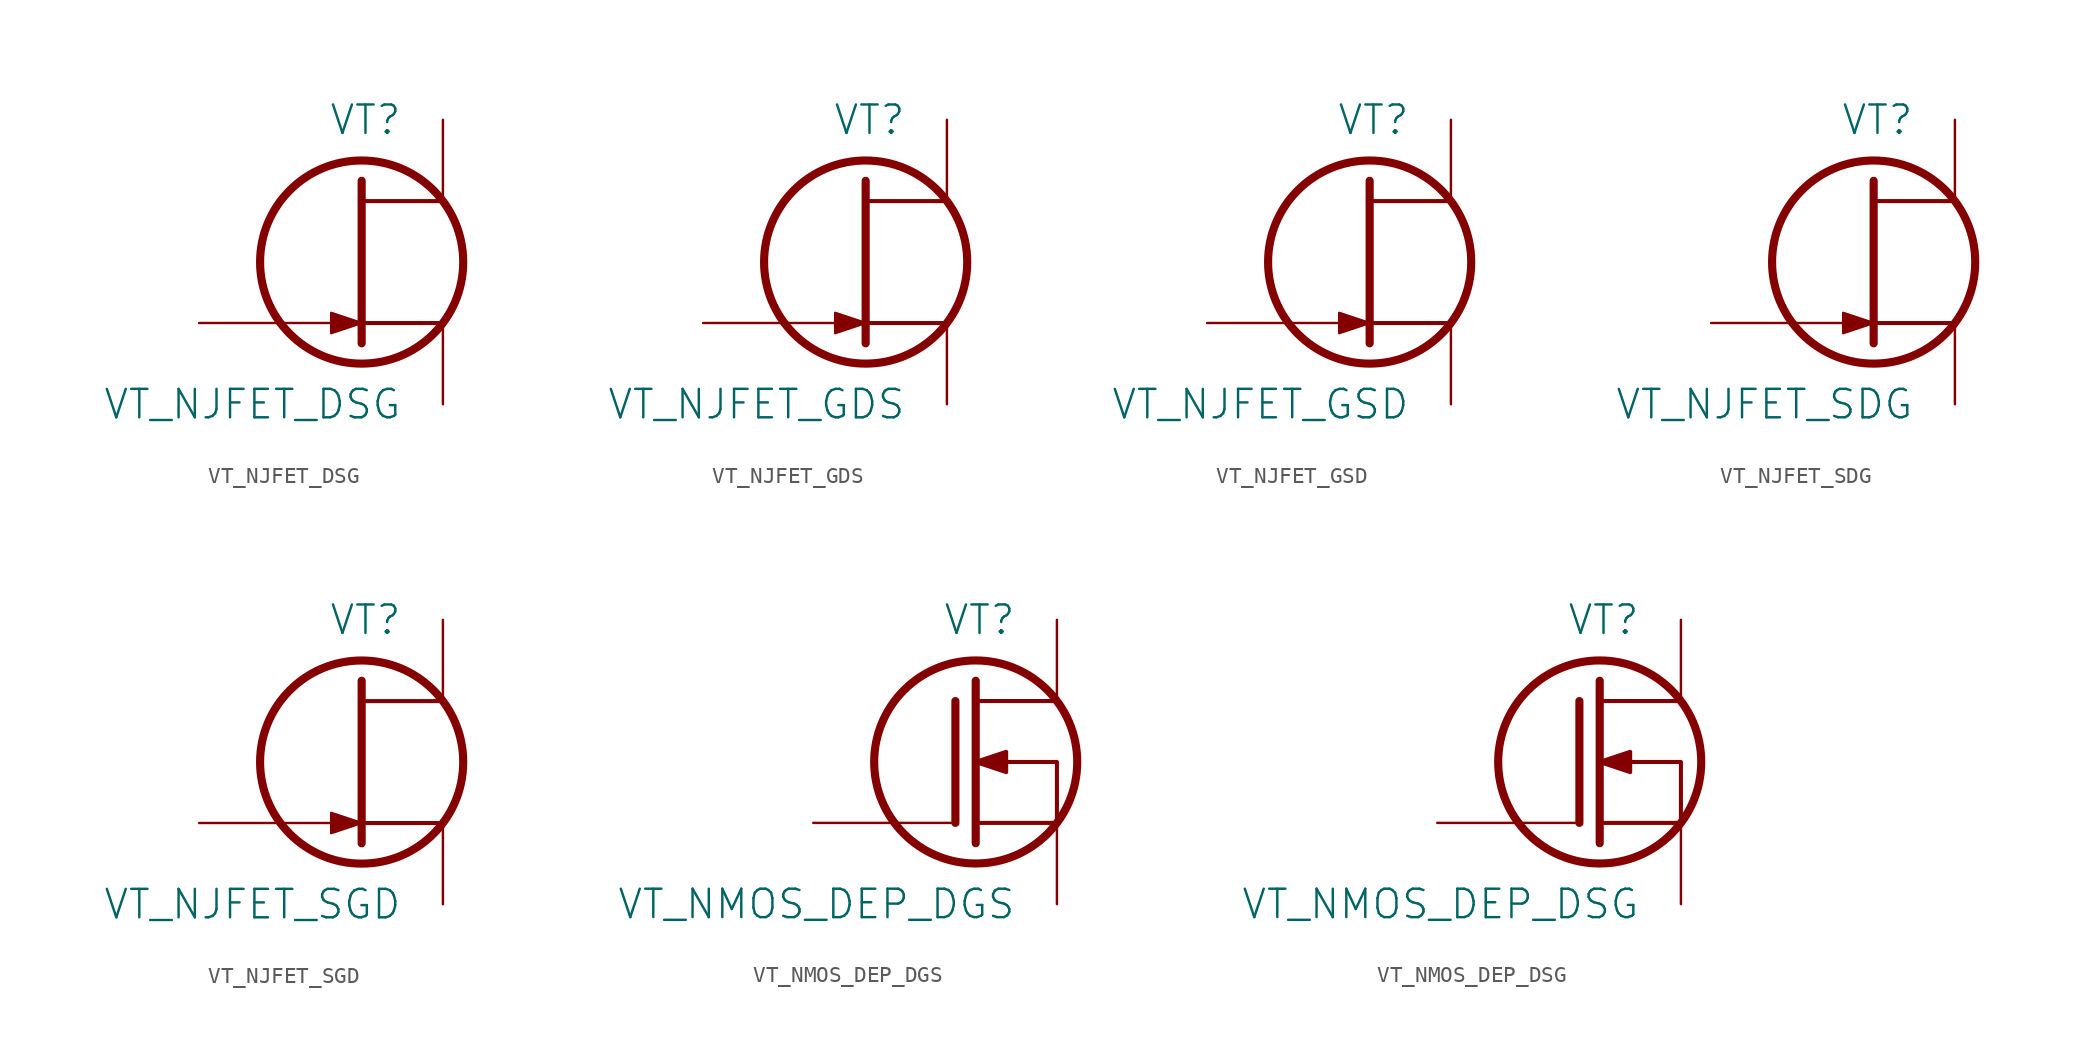
<source format=kicad_sym>
(kicad_symbol_lib
  (version 20211014)
  (generator kicad_symbol_editor)
  (symbol "VT_NJFET_DSG"
    (pin_names
      (offset 0))
    (property "Reference" "VT"
      (at 2.54 8.89 0)
      (effects (font (size 1.778 1.778)) (justify right)))
    (property "Value" "VT_NJFET_DSG"
      (at 2.54 -8.89 0)
      (effects (font (size 1.778 1.778)) (justify right)))
    (symbol "VT_NJFET_DSG_0_1"
      (polyline (pts (xy -10.16 -3.81) (xy 0 -3.81)) (stroke (width 0) (type default) (color 0 0 0 0)) (fill (type none)))
      (polyline (pts (xy 0 -3.81) (xy 5.08 -3.81)) (stroke (width 0.254) (type default) (color 0 0 0 0)) (fill (type none)))
      (polyline (pts (xy 0 3.81) (xy 5.08 3.81)) (stroke (width 0.254) (type default) (color 0 0 0 0)) (fill (type none)))
      (polyline (pts (xy 0 5.08) (xy 0 -5.08)) (stroke (width 0.508) (type default) (color 0 0 0 0)) (fill (type none)))
      (polyline (pts (xy 5.08 -3.81) (xy 5.08 -8.89)) (stroke (width 0) (type default) (color 0 0 0 0)) (fill (type none)))
      (polyline (pts (xy 5.08 3.81) (xy 5.08 8.89)) (stroke (width 0) (type default) (color 0 0 0 0)) (fill (type none)))
      (polyline (pts (xy -1.905 -4.445) (xy 0 -3.81) (xy -1.905 -3.175) (xy -1.905 -4.445)) (stroke (width 0) (type default) (color 0 0 0 0)) (fill (type outline)))
      (circle (center 0 0) (radius 6.35) (stroke (width 0.508) (type default) (color 0 0 0 0)) (fill (type none))))
    (symbol "VT_NJFET_DSG_1_1"
      (pin passive line (at 5.08 8.89 270) (length 2.54) hide (name "D" (effects (font (size 1.27 1.27)))) (number "1" (effects (font (size 1.27 1.27)))))
      (pin passive line (at 5.08 -8.89 90) (length 2.54) hide (name "S" (effects (font (size 1.27 1.27)))) (number "2" (effects (font (size 1.27 1.27)))))
      (pin passive line (at -10.16 -3.81 0) (length 2.54) hide (name "G" (effects (font (size 1.27 1.27)))) (number "3" (effects (font (size 1.27 1.27)))))))
  (symbol "VT_NJFET_GDS"
    (pin_names
      (offset 0))
    (property "Reference" "VT"
      (at 2.54 8.89 0)
      (effects (font (size 1.778 1.778)) (justify right)))
    (property "Value" "VT_NJFET_GDS"
      (at 2.54 -8.89 0)
      (effects (font (size 1.778 1.778)) (justify right)))
    (symbol "VT_NJFET_GDS_0_1"
      (polyline (pts (xy -10.16 -3.81) (xy 0 -3.81)) (stroke (width 0) (type default) (color 0 0 0 0)) (fill (type none)))
      (polyline (pts (xy 0 -3.81) (xy 5.08 -3.81)) (stroke (width 0.254) (type default) (color 0 0 0 0)) (fill (type none)))
      (polyline (pts (xy 0 3.81) (xy 5.08 3.81)) (stroke (width 0.254) (type default) (color 0 0 0 0)) (fill (type none)))
      (polyline (pts (xy 0 5.08) (xy 0 -5.08)) (stroke (width 0.508) (type default) (color 0 0 0 0)) (fill (type none)))
      (polyline (pts (xy 5.08 -3.81) (xy 5.08 -8.89)) (stroke (width 0) (type default) (color 0 0 0 0)) (fill (type none)))
      (polyline (pts (xy 5.08 3.81) (xy 5.08 8.89)) (stroke (width 0) (type default) (color 0 0 0 0)) (fill (type none)))
      (polyline (pts (xy -1.905 -4.445) (xy 0 -3.81) (xy -1.905 -3.175) (xy -1.905 -4.445)) (stroke (width 0) (type default) (color 0 0 0 0)) (fill (type outline)))
      (circle (center 0 0) (radius 6.35) (stroke (width 0.508) (type default) (color 0 0 0 0)) (fill (type none))))
    (symbol "VT_NJFET_GDS_1_1"
      (pin passive line (at -10.16 -3.81 0) (length 2.54) hide (name "G" (effects (font (size 1.27 1.27)))) (number "1" (effects (font (size 1.27 1.27)))))
      (pin passive line (at 5.08 8.89 270) (length 2.54) hide (name "D" (effects (font (size 1.27 1.27)))) (number "2" (effects (font (size 1.27 1.27)))))
      (pin passive line (at 5.08 -8.89 90) (length 2.54) hide (name "S" (effects (font (size 1.27 1.27)))) (number "3" (effects (font (size 1.27 1.27)))))))
  (symbol "VT_NJFET_GSD"
    (pin_names
      (offset 0))
    (property "Reference" "VT"
      (at 2.54 8.89 0)
      (effects (font (size 1.778 1.778)) (justify right)))
    (property "Value" "VT_NJFET_GSD"
      (at 2.54 -8.89 0)
      (effects (font (size 1.778 1.778)) (justify right)))
    (symbol "VT_NJFET_GSD_0_1"
      (polyline (pts (xy -10.16 -3.81) (xy 0 -3.81)) (stroke (width 0) (type default) (color 0 0 0 0)) (fill (type none)))
      (polyline (pts (xy 0 -3.81) (xy 5.08 -3.81)) (stroke (width 0.254) (type default) (color 0 0 0 0)) (fill (type none)))
      (polyline (pts (xy 0 3.81) (xy 5.08 3.81)) (stroke (width 0.254) (type default) (color 0 0 0 0)) (fill (type none)))
      (polyline (pts (xy 0 5.08) (xy 0 -5.08)) (stroke (width 0.508) (type default) (color 0 0 0 0)) (fill (type none)))
      (polyline (pts (xy 5.08 -3.81) (xy 5.08 -8.89)) (stroke (width 0) (type default) (color 0 0 0 0)) (fill (type none)))
      (polyline (pts (xy 5.08 3.81) (xy 5.08 8.89)) (stroke (width 0) (type default) (color 0 0 0 0)) (fill (type none)))
      (polyline (pts (xy -1.905 -4.445) (xy 0 -3.81) (xy -1.905 -3.175) (xy -1.905 -4.445)) (stroke (width 0) (type default) (color 0 0 0 0)) (fill (type outline)))
      (circle (center 0 0) (radius 6.35) (stroke (width 0.508) (type default) (color 0 0 0 0)) (fill (type none))))
    (symbol "VT_NJFET_GSD_1_1"
      (pin passive line (at -10.16 -3.81 0) (length 2.54) hide (name "G" (effects (font (size 1.27 1.27)))) (number "1" (effects (font (size 1.27 1.27)))))
      (pin passive line (at 5.08 -8.89 90) (length 2.54) hide (name "S" (effects (font (size 1.27 1.27)))) (number "2" (effects (font (size 1.27 1.27)))))
      (pin passive line (at 5.08 8.89 270) (length 2.54) hide (name "D" (effects (font (size 1.27 1.27)))) (number "3" (effects (font (size 1.27 1.27)))))))
  (symbol "VT_NJFET_SDG"
    (pin_names
      (offset 0))
    (property "Reference" "VT"
      (at 2.54 8.89 0)
      (effects (font (size 1.778 1.778)) (justify right)))
    (property "Value" "VT_NJFET_SDG"
      (at 2.54 -8.89 0)
      (effects (font (size 1.778 1.778)) (justify right)))
    (symbol "VT_NJFET_SDG_0_1"
      (polyline (pts (xy -10.16 -3.81) (xy 0 -3.81)) (stroke (width 0) (type default) (color 0 0 0 0)) (fill (type none)))
      (polyline (pts (xy 0 -3.81) (xy 5.08 -3.81)) (stroke (width 0.254) (type default) (color 0 0 0 0)) (fill (type none)))
      (polyline (pts (xy 0 3.81) (xy 5.08 3.81)) (stroke (width 0.254) (type default) (color 0 0 0 0)) (fill (type none)))
      (polyline (pts (xy 0 5.08) (xy 0 -5.08)) (stroke (width 0.508) (type default) (color 0 0 0 0)) (fill (type none)))
      (polyline (pts (xy 5.08 -3.81) (xy 5.08 -8.89)) (stroke (width 0) (type default) (color 0 0 0 0)) (fill (type none)))
      (polyline (pts (xy 5.08 3.81) (xy 5.08 8.89)) (stroke (width 0) (type default) (color 0 0 0 0)) (fill (type none)))
      (polyline (pts (xy -1.905 -4.445) (xy 0 -3.81) (xy -1.905 -3.175) (xy -1.905 -4.445)) (stroke (width 0) (type default) (color 0 0 0 0)) (fill (type outline)))
      (circle (center 0 0) (radius 6.35) (stroke (width 0.508) (type default) (color 0 0 0 0)) (fill (type none))))
    (symbol "VT_NJFET_SDG_1_1"
      (pin passive line (at 5.08 -8.89 90) (length 2.54) hide (name "S" (effects (font (size 1.27 1.27)))) (number "1" (effects (font (size 1.27 1.27)))))
      (pin passive line (at 5.08 8.89 270) (length 2.54) hide (name "D" (effects (font (size 1.27 1.27)))) (number "2" (effects (font (size 1.27 1.27)))))
      (pin passive line (at -10.16 -3.81 0) (length 2.54) hide (name "G" (effects (font (size 1.27 1.27)))) (number "3" (effects (font (size 1.27 1.27)))))))
  (symbol "VT_NJFET_SGD"
    (pin_names
      (offset 0))
    (property "Reference" "VT"
      (at 2.54 8.89 0)
      (effects (font (size 1.778 1.778)) (justify right)))
    (property "Value" "VT_NJFET_SGD"
      (at 2.54 -8.89 0)
      (effects (font (size 1.778 1.778)) (justify right)))
    (symbol "VT_NJFET_SGD_0_1"
      (polyline (pts (xy -10.16 -3.81) (xy 0 -3.81)) (stroke (width 0) (type default) (color 0 0 0 0)) (fill (type none)))
      (polyline (pts (xy 0 -3.81) (xy 5.08 -3.81)) (stroke (width 0.254) (type default) (color 0 0 0 0)) (fill (type none)))
      (polyline (pts (xy 0 3.81) (xy 5.08 3.81)) (stroke (width 0.254) (type default) (color 0 0 0 0)) (fill (type none)))
      (polyline (pts (xy 0 5.08) (xy 0 -5.08)) (stroke (width 0.508) (type default) (color 0 0 0 0)) (fill (type none)))
      (polyline (pts (xy 5.08 -3.81) (xy 5.08 -8.89)) (stroke (width 0) (type default) (color 0 0 0 0)) (fill (type none)))
      (polyline (pts (xy 5.08 3.81) (xy 5.08 8.89)) (stroke (width 0) (type default) (color 0 0 0 0)) (fill (type none)))
      (polyline (pts (xy -1.905 -4.445) (xy 0 -3.81) (xy -1.905 -3.175) (xy -1.905 -4.445)) (stroke (width 0) (type default) (color 0 0 0 0)) (fill (type outline)))
      (circle (center 0 0) (radius 6.35) (stroke (width 0.508) (type default) (color 0 0 0 0)) (fill (type none))))
    (symbol "VT_NJFET_SGD_1_1"
      (pin passive line (at 5.08 -8.89 90) (length 2.54) hide (name "S" (effects (font (size 1.27 1.27)))) (number "1" (effects (font (size 1.27 1.27)))))
      (pin passive line (at -10.16 -3.81 0) (length 2.54) hide (name "G" (effects (font (size 1.27 1.27)))) (number "2" (effects (font (size 1.27 1.27)))))
      (pin passive line (at 5.08 8.89 270) (length 2.54) hide (name "D" (effects (font (size 1.27 1.27)))) (number "3" (effects (font (size 1.27 1.27)))))))
  (symbol "VT_NMOS_DEP_DGS"
    (pin_names
      (offset 0))
    (property "Reference" "VT"
      (at 2.54 8.89 0)
      (effects (font (size 1.778 1.778)) (justify right)))
    (property "Value" "VT_NMOS_DEP_DGS"
      (at 2.54 -8.89 0)
      (effects (font (size 1.778 1.778)) (justify right)))
    (symbol "VT_NMOS_DEP_DGS_0_1"
      (polyline (pts (xy -10.16 -3.81) (xy -1.27 -3.81)) (stroke (width 0) (type default) (color 0 0 0 0)) (fill (type none)))
      (polyline (pts (xy -1.27 3.81) (xy -1.27 -3.81)) (stroke (width 0.508) (type default) (color 0 0 0 0)) (fill (type none)))
      (polyline (pts (xy 0 -3.81) (xy 5.08 -3.81)) (stroke (width 0.254) (type default) (color 0 0 0 0)) (fill (type none)))
      (polyline (pts (xy 0 3.81) (xy 5.08 3.81)) (stroke (width 0.254) (type default) (color 0 0 0 0)) (fill (type none)))
      (polyline (pts (xy 0 5.08) (xy 0 -5.08)) (stroke (width 0.508) (type default) (color 0 0 0 0)) (fill (type none)))
      (polyline (pts (xy 5.08 -3.81) (xy 5.08 -8.89)) (stroke (width 0) (type default) (color 0 0 0 0)) (fill (type none)))
      (polyline (pts (xy 5.08 3.81) (xy 5.08 8.89)) (stroke (width 0) (type default) (color 0 0 0 0)) (fill (type none)))
      (polyline (pts (xy 0 0) (xy 5.08 0) (xy 5.08 -3.81)) (stroke (width 0.254) (type default) (color 0 0 0 0)) (fill (type none)))
      (polyline (pts (xy 1.905 -0.635) (xy 0 0) (xy 1.905 0.635) (xy 1.905 -0.635)) (stroke (width 0.254) (type default) (color 0 0 0 0)) (fill (type outline)))
      (circle (center 0 0) (radius 6.35) (stroke (width 0.508) (type default) (color 0 0 0 0)) (fill (type none))))
    (symbol "VT_NMOS_DEP_DGS_1_1"
      (pin passive line (at 5.08 8.89 270) (length 2.54) hide (name "D" (effects (font (size 1.27 1.27)))) (number "1" (effects (font (size 1.27 1.27)))))
      (pin passive line (at -10.16 -3.81 0) (length 2.54) hide (name "G" (effects (font (size 1.27 1.27)))) (number "2" (effects (font (size 1.27 1.27)))))
      (pin passive line (at 5.08 -8.89 90) (length 2.54) hide (name "S" (effects (font (size 1.27 1.27)))) (number "3" (effects (font (size 1.27 1.27)))))))
  (symbol "VT_NMOS_DEP_DSG"
    (pin_names
      (offset 0))
    (property "Reference" "VT"
      (at 2.54 8.89 0)
      (effects (font (size 1.778 1.778)) (justify right)))
    (property "Value" "VT_NMOS_DEP_DSG"
      (at 2.54 -8.89 0)
      (effects (font (size 1.778 1.778)) (justify right)))
    (symbol "VT_NMOS_DEP_DSG_0_1"
      (polyline (pts (xy -10.16 -3.81) (xy -1.27 -3.81)) (stroke (width 0) (type default) (color 0 0 0 0)) (fill (type none)))
      (polyline (pts (xy -1.27 3.81) (xy -1.27 -3.81)) (stroke (width 0.508) (type default) (color 0 0 0 0)) (fill (type none)))
      (polyline (pts (xy 0 -3.81) (xy 5.08 -3.81)) (stroke (width 0.254) (type default) (color 0 0 0 0)) (fill (type none)))
      (polyline (pts (xy 0 3.81) (xy 5.08 3.81)) (stroke (width 0.254) (type default) (color 0 0 0 0)) (fill (type none)))
      (polyline (pts (xy 0 5.08) (xy 0 -5.08)) (stroke (width 0.508) (type default) (color 0 0 0 0)) (fill (type none)))
      (polyline (pts (xy 5.08 -3.81) (xy 5.08 -8.89)) (stroke (width 0) (type default) (color 0 0 0 0)) (fill (type none)))
      (polyline (pts (xy 5.08 3.81) (xy 5.08 8.89)) (stroke (width 0) (type default) (color 0 0 0 0)) (fill (type none)))
      (polyline (pts (xy 0 0) (xy 5.08 0) (xy 5.08 -3.81)) (stroke (width 0.254) (type default) (color 0 0 0 0)) (fill (type none)))
      (polyline (pts (xy 1.905 -0.635) (xy 0 0) (xy 1.905 0.635) (xy 1.905 -0.635)) (stroke (width 0.254) (type default) (color 0 0 0 0)) (fill (type outline)))
      (circle (center 0 0) (radius 6.35) (stroke (width 0.508) (type default) (color 0 0 0 0)) (fill (type none))))
    (symbol "VT_NMOS_DEP_DSG_1_1"
      (pin passive line (at 5.08 8.89 270) (length 2.54) hide (name "D" (effects (font (size 1.27 1.27)))) (number "1" (effects (font (size 1.27 1.27)))))
      (pin passive line (at 5.08 -8.89 90) (length 2.54) hide (name "S" (effects (font (size 1.27 1.27)))) (number "2" (effects (font (size 1.27 1.27)))))
      (pin passive line (at -10.16 -3.81 0) (length 2.54) hide (name "G" (effects (font (size 1.27 1.27)))) (number "3" (effects (font (size 1.27 1.27))))))))
</source>
